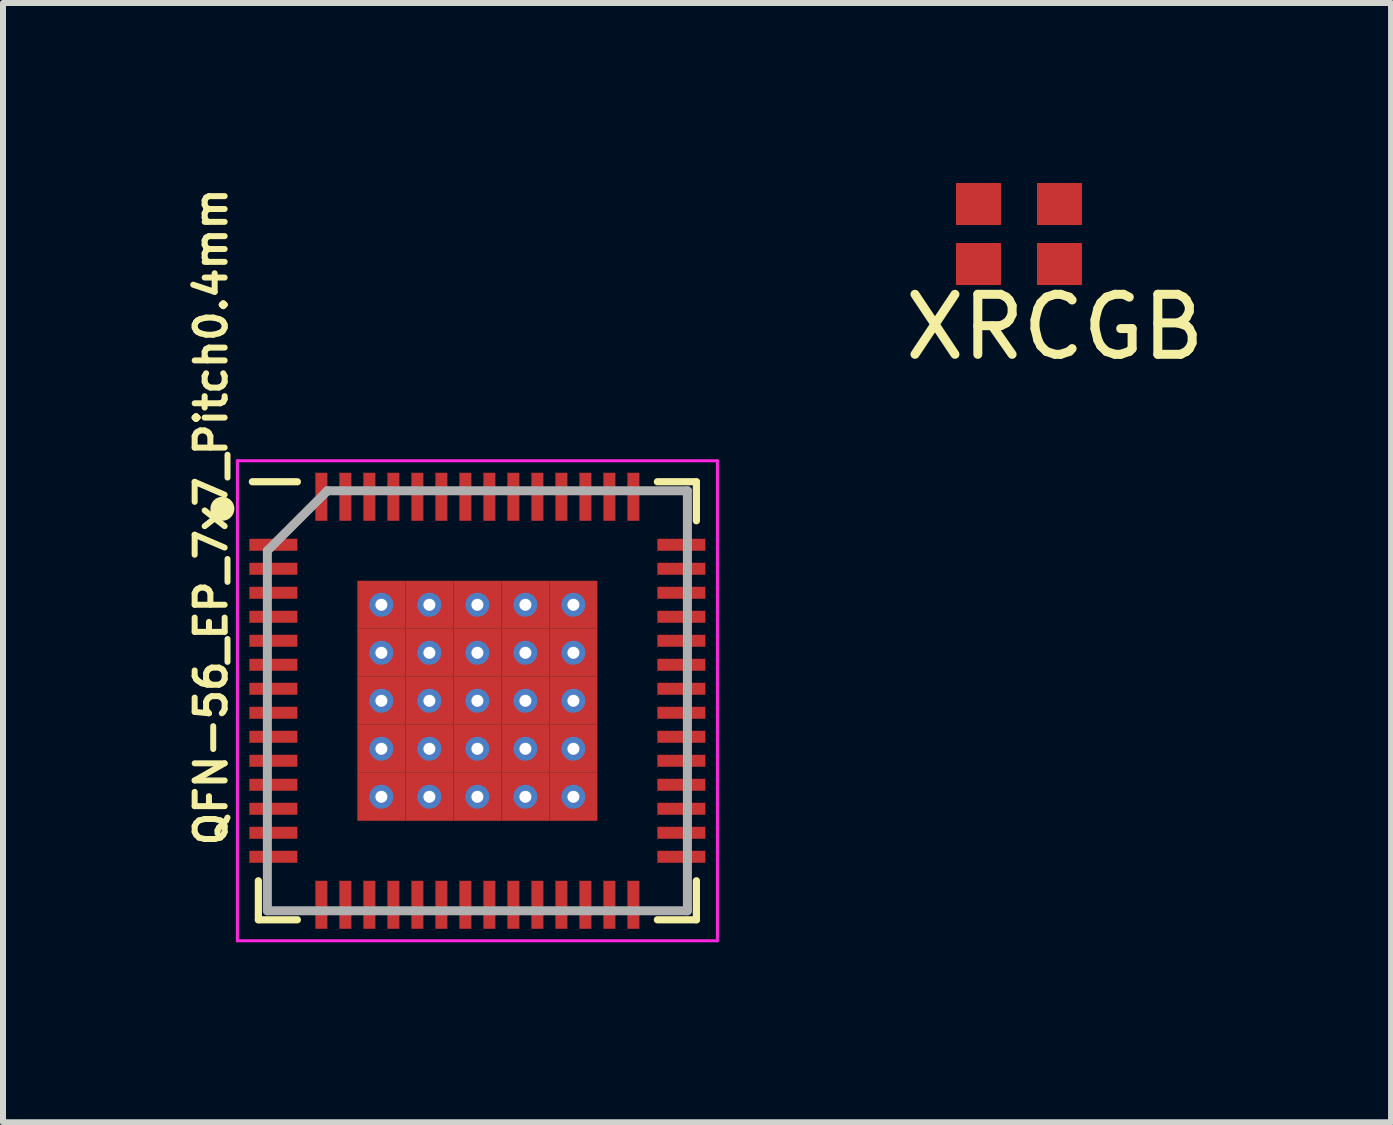
<source format=kicad_pcb>
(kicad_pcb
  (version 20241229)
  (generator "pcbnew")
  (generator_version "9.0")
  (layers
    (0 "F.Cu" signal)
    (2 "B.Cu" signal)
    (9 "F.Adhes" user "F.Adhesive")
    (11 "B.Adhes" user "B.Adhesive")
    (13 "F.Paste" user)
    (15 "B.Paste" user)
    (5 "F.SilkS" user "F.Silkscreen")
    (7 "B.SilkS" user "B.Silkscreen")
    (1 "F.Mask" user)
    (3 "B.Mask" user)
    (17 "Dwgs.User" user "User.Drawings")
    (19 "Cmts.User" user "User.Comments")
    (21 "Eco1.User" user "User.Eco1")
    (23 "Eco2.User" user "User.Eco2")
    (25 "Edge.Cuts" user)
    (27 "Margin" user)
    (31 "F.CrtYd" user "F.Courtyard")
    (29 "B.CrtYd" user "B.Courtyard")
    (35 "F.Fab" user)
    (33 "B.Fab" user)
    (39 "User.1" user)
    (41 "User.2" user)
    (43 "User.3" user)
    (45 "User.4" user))
  (footprint "QFN-56_EP_7x7_Pitch0.4mm"
    (layer "F.Cu")
    (at 4.906 8.629)
    (property "Reference" "QFN-56_EP_7x7_Pitch0.4mm" (at -4.438 -3.065 270) (layer "F.SilkS") (effects (font (size 0.5 0.5) (thickness 0.1))))
    (attr smd)
    (fp_line (start -3.65 3.65) (end -3.65 3) (stroke (width 0.12) (type solid)) (layer "F.SilkS"))
    (fp_line (start -3 -3.65) (end -3.75 -3.65) (stroke (width 0.12) (type solid)) (layer "F.SilkS"))
    (fp_line (start -3 3.65) (end -3.65 3.65) (stroke (width 0.12) (type solid)) (layer "F.SilkS"))
    (fp_line (start 3 -3.65) (end 3.65 -3.65) (stroke (width 0.12) (type solid)) (layer "F.SilkS"))
    (fp_line (start 3 3.65) (end 3.65 3.65) (stroke (width 0.12) (type solid)) (layer "F.SilkS"))
    (fp_line (start 3.65 -3.65) (end 3.65 -3) (stroke (width 0.12) (type solid)) (layer "F.SilkS"))
    (fp_line (start 3.65 3.65) (end 3.65 3) (stroke (width 0.12) (type solid)) (layer "F.SilkS"))
    (fp_circle (center -4.25 -3.2) (end -4.15 -3.2) (stroke (width 0.2) (type solid)) (fill no) (layer "F.SilkS"))
    (fp_poly (pts (xy -1.9 -1.9) (xy -0.1 -1.9) (xy -0.1 -0.1) (xy -1.9 -0.1)) (stroke (width 0.1) (type solid)) (fill yes) (layer "F.Paste"))
    (fp_poly (pts (xy -1.9 0.1) (xy -0.1 0.1) (xy -0.1 1.9) (xy -1.9 1.9)) (stroke (width 0.1) (type solid)) (fill yes) (layer "F.Paste"))
    (fp_poly (pts (xy 0.1 -1.9) (xy 1.9 -1.9) (xy 1.9 -0.1) (xy 0.1 -0.1)) (stroke (width 0.1) (type solid)) (fill yes) (layer "F.Paste"))
    (fp_poly (pts (xy 0.1 0.1) (xy 1.9 0.1) (xy 1.9 1.9) (xy 0.1 1.9)) (stroke (width 0.1) (type solid)) (fill yes) (layer "F.Paste"))
    (fp_line (start -4 -4) (end 4 -4) (stroke (width 0.05) (type solid)) (layer "F.CrtYd"))
    (fp_line (start -4 4) (end -4 -4) (stroke (width 0.05) (type solid)) (layer "F.CrtYd"))
    (fp_line (start 4 -4) (end 4 4) (stroke (width 0.05) (type solid)) (layer "F.CrtYd"))
    (fp_line (start 4 4) (end -4 4) (stroke (width 0.05) (type solid)) (layer "F.CrtYd"))
    (fp_line (start -3.5 -2.5) (end -3.5 3.5) (stroke (width 0.15) (type solid)) (layer "F.Fab"))
    (fp_line (start -3.5 3.5) (end 3.5 3.5) (stroke (width 0.15) (type solid)) (layer "F.Fab"))
    (fp_line (start -2.5 -3.5) (end -3.5 -2.5) (stroke (width 0.15) (type solid)) (layer "F.Fab"))
    (fp_line (start 3.5 -3.5) (end -2.5 -3.5) (stroke (width 0.15) (type solid)) (layer "F.Fab"))
    (fp_line (start 3.5 3.5) (end 3.5 -3.5) (stroke (width 0.15) (type solid)) (layer "F.Fab"))
    (pad "1" smd rect (at -3.4 -2.6 90) (size 0.2 0.8) (layers "F.Cu" "F.Mask" "F.Paste"))
    (pad "2" smd rect (at -3.4 -2.2 90) (size 0.2 0.8) (layers "F.Cu" "F.Mask" "F.Paste"))
    (pad "3" smd rect (at -3.4 -1.8 90) (size 0.2 0.8) (layers "F.Cu" "F.Mask" "F.Paste"))
    (pad "4" smd rect (at -3.4 -1.4 90) (size 0.2 0.8) (layers "F.Cu" "F.Mask" "F.Paste"))
    (pad "5" smd rect (at -3.4 -1 90) (size 0.2 0.8) (layers "F.Cu" "F.Mask" "F.Paste"))
    (pad "6" smd rect (at -3.4 -0.6 90) (size 0.2 0.8) (layers "F.Cu" "F.Mask" "F.Paste"))
    (pad "7" smd rect (at -3.4 -0.2 90) (size 0.2 0.8) (layers "F.Cu" "F.Mask" "F.Paste"))
    (pad "8" smd rect (at -3.4 0.2 90) (size 0.2 0.8) (layers "F.Cu" "F.Mask" "F.Paste"))
    (pad "9" smd rect (at -3.4 0.6 90) (size 0.2 0.8) (layers "F.Cu" "F.Mask" "F.Paste"))
    (pad "10" smd rect (at -3.4 1 90) (size 0.2 0.8) (layers "F.Cu" "F.Mask" "F.Paste"))
    (pad "11" smd rect (at -3.4 1.4 90) (size 0.2 0.8) (layers "F.Cu" "F.Mask" "F.Paste"))
    (pad "12" smd rect (at -3.4 1.8 90) (size 0.2 0.8) (layers "F.Cu" "F.Mask" "F.Paste"))
    (pad "13" smd rect (at -3.4 2.2 90) (size 0.2 0.8) (layers "F.Cu" "F.Mask" "F.Paste"))
    (pad "14" smd rect (at -3.4 2.6 90) (size 0.2 0.8) (layers "F.Cu" "F.Mask" "F.Paste"))
    (pad "15" smd rect (at -2.6 3.4) (size 0.2 0.8) (layers "F.Cu" "F.Mask" "F.Paste"))
    (pad "16" smd rect (at -2.2 3.4) (size 0.2 0.8) (layers "F.Cu" "F.Mask" "F.Paste"))
    (pad "17" smd rect (at -1.8 3.4) (size 0.2 0.8) (layers "F.Cu" "F.Mask" "F.Paste"))
    (pad "18" smd rect (at -1.4 3.4) (size 0.2 0.8) (layers "F.Cu" "F.Mask" "F.Paste"))
    (pad "19" smd rect (at -1 3.4) (size 0.2 0.8) (layers "F.Cu" "F.Mask" "F.Paste"))
    (pad "20" smd rect (at -0.6 3.4) (size 0.2 0.8) (layers "F.Cu" "F.Mask" "F.Paste"))
    (pad "21" smd rect (at -0.2 3.4) (size 0.2 0.8) (layers "F.Cu" "F.Mask" "F.Paste"))
    (pad "22" smd rect (at 0.2 3.4) (size 0.2 0.8) (layers "F.Cu" "F.Mask" "F.Paste"))
    (pad "23" smd rect (at 0.6 3.4) (size 0.2 0.8) (layers "F.Cu" "F.Mask" "F.Paste"))
    (pad "24" smd rect (at 1 3.4) (size 0.2 0.8) (layers "F.Cu" "F.Mask" "F.Paste"))
    (pad "25" smd rect (at 1.4 3.4) (size 0.2 0.8) (layers "F.Cu" "F.Mask" "F.Paste"))
    (pad "26" smd rect (at 1.8 3.4) (size 0.2 0.8) (layers "F.Cu" "F.Mask" "F.Paste"))
    (pad "27" smd rect (at 2.2 3.4) (size 0.2 0.8) (layers "F.Cu" "F.Mask" "F.Paste"))
    (pad "28" smd rect (at 2.6 3.4) (size 0.2 0.8) (layers "F.Cu" "F.Mask" "F.Paste"))
    (pad "29" smd rect (at 3.4 2.6 90) (size 0.2 0.8) (layers "F.Cu" "F.Mask" "F.Paste"))
    (pad "30" smd rect (at 3.4 2.2 90) (size 0.2 0.8) (layers "F.Cu" "F.Mask" "F.Paste"))
    (pad "31" smd rect (at 3.4 1.8 90) (size 0.2 0.8) (layers "F.Cu" "F.Mask" "F.Paste"))
    (pad "32" smd rect (at 3.4 1.4 90) (size 0.2 0.8) (layers "F.Cu" "F.Mask" "F.Paste"))
    (pad "33" smd rect (at 3.4 1 90) (size 0.2 0.8) (layers "F.Cu" "F.Mask" "F.Paste"))
    (pad "34" smd rect (at 3.4 0.6 90) (size 0.2 0.8) (layers "F.Cu" "F.Mask" "F.Paste"))
    (pad "35" smd rect (at 3.4 0.2 90) (size 0.2 0.8) (layers "F.Cu" "F.Mask" "F.Paste"))
    (pad "36" smd rect (at 3.4 -0.2 90) (size 0.2 0.8) (layers "F.Cu" "F.Mask" "F.Paste"))
    (pad "37" smd rect (at 3.4 -0.6 90) (size 0.2 0.8) (layers "F.Cu" "F.Mask" "F.Paste"))
    (pad "38" smd rect (at 3.4 -1 90) (size 0.2 0.8) (layers "F.Cu" "F.Mask" "F.Paste"))
    (pad "39" smd rect (at 3.4 -1.4 90) (size 0.2 0.8) (layers "F.Cu" "F.Mask" "F.Paste"))
    (pad "40" smd rect (at 3.4 -1.8 90) (size 0.2 0.8) (layers "F.Cu" "F.Mask" "F.Paste"))
    (pad "41" smd rect (at 3.4 -2.2 90) (size 0.2 0.8) (layers "F.Cu" "F.Mask" "F.Paste"))
    (pad "42" smd rect (at 3.4 -2.6 90) (size 0.2 0.8) (layers "F.Cu" "F.Mask" "F.Paste"))
    (pad "43" smd rect (at 2.6 -3.4) (size 0.2 0.8) (layers "F.Cu" "F.Mask" "F.Paste"))
    (pad "44" smd rect (at 2.2 -3.4) (size 0.2 0.8) (layers "F.Cu" "F.Mask" "F.Paste"))
    (pad "45" smd rect (at 1.8 -3.4) (size 0.2 0.8) (layers "F.Cu" "F.Mask" "F.Paste"))
    (pad "46" smd rect (at 1.4 -3.4) (size 0.2 0.8) (layers "F.Cu" "F.Mask" "F.Paste"))
    (pad "47" smd rect (at 1 -3.4) (size 0.2 0.8) (layers "F.Cu" "F.Mask" "F.Paste"))
    (pad "48" smd rect (at 0.6 -3.4) (size 0.2 0.8) (layers "F.Cu" "F.Mask" "F.Paste"))
    (pad "49" smd rect (at 0.2 -3.4) (size 0.2 0.8) (layers "F.Cu" "F.Mask" "F.Paste"))
    (pad "50" smd rect (at -0.2 -3.4) (size 0.2 0.8) (layers "F.Cu" "F.Mask" "F.Paste"))
    (pad "51" smd rect (at -0.6 -3.4) (size 0.2 0.8) (layers "F.Cu" "F.Mask" "F.Paste"))
    (pad "52" smd rect (at -1 -3.4) (size 0.2 0.8) (layers "F.Cu" "F.Mask" "F.Paste"))
    (pad "53" smd rect (at -1.4 -3.4) (size 0.2 0.8) (layers "F.Cu" "F.Mask" "F.Paste"))
    (pad "54" smd rect (at -1.8 -3.4) (size 0.2 0.8) (layers "F.Cu" "F.Mask" "F.Paste"))
    (pad "55" smd rect (at -2.2 -3.4) (size 0.2 0.8) (layers "F.Cu" "F.Mask" "F.Paste"))
    (pad "56" smd rect (at -2.6 -3.4) (size 0.2 0.8) (layers "F.Cu" "F.Mask" "F.Paste"))
    (pad "57" thru_hole circle (at -1.6 -1.6) (size 0.4 0.4) (drill 0.2) (layers "*.Cu" "*.Mask"))
    (pad "57" smd rect (at -1.6 -1.6) (size 0.8 0.8) (layers "F.Cu" "F.Mask" "F.Paste"))
    (pad "57" thru_hole circle (at -1.6 -0.8) (size 0.4 0.4) (drill 0.2) (layers "*.Cu" "*.Mask"))
    (pad "57" smd rect (at -1.6 -0.8) (size 0.8 0.8) (layers "F.Cu" "F.Mask" "F.Paste"))
    (pad "57" thru_hole circle (at -1.6 0) (size 0.4 0.4) (drill 0.2) (layers "*.Cu" "*.Mask"))
    (pad "57" smd rect (at -1.6 0) (size 0.8 0.8) (layers "F.Cu" "F.Mask" "F.Paste"))
    (pad "57" thru_hole circle (at -1.6 0.8) (size 0.4 0.4) (drill 0.2) (layers "*.Cu" "*.Mask"))
    (pad "57" smd rect (at -1.6 0.8) (size 0.8 0.8) (layers "F.Cu" "F.Mask" "F.Paste"))
    (pad "57" thru_hole circle (at -1.6 1.6) (size 0.4 0.4) (drill 0.2) (layers "*.Cu" "*.Mask"))
    (pad "57" smd rect (at -1.6 1.6) (size 0.8 0.8) (layers "F.Cu" "F.Mask" "F.Paste"))
    (pad "57" thru_hole circle (at -0.8 -1.6) (size 0.4 0.4) (drill 0.2) (layers "*.Cu" "*.Mask"))
    (pad "57" smd rect (at -0.8 -1.6) (size 0.8 0.8) (layers "F.Cu" "F.Mask" "F.Paste"))
    (pad "57" thru_hole circle (at -0.8 -0.8) (size 0.4 0.4) (drill 0.2) (layers "*.Cu" "*.Mask"))
    (pad "57" smd rect (at -0.8 -0.8) (size 0.8 0.8) (layers "F.Cu" "F.Mask" "F.Paste"))
    (pad "57" thru_hole circle (at -0.8 0) (size 0.4 0.4) (drill 0.2) (layers "*.Cu" "*.Mask"))
    (pad "57" smd rect (at -0.8 0) (size 0.8 0.8) (layers "F.Cu" "F.Mask" "F.Paste"))
    (pad "57" thru_hole circle (at -0.8 0.8) (size 0.4 0.4) (drill 0.2) (layers "*.Cu" "*.Mask"))
    (pad "57" smd rect (at -0.8 0.8) (size 0.8 0.8) (layers "F.Cu" "F.Mask" "F.Paste"))
    (pad "57" thru_hole circle (at -0.8 1.6) (size 0.4 0.4) (drill 0.2) (layers "*.Cu" "*.Mask"))
    (pad "57" smd rect (at -0.8 1.6) (size 0.8 0.8) (layers "F.Cu" "F.Mask" "F.Paste"))
    (pad "57" thru_hole circle (at 0 -1.6) (size 0.4 0.4) (drill 0.2) (layers "*.Cu" "*.Mask"))
    (pad "57" smd rect (at 0 -1.6) (size 0.8 0.8) (layers "F.Cu" "F.Mask" "F.Paste"))
    (pad "57" thru_hole circle (at 0 -0.8) (size 0.4 0.4) (drill 0.2) (layers "*.Cu" "*.Mask"))
    (pad "57" smd rect (at 0 -0.8) (size 0.8 0.8) (layers "F.Cu" "F.Mask" "F.Paste"))
    (pad "57" thru_hole circle (at 0 0) (size 0.4 0.4) (drill 0.2) (layers "*.Cu" "*.Mask"))
    (pad "57" smd rect (at 0 0) (size 0.8 0.8) (layers "F.Cu" "F.Mask" "F.Paste"))
    (pad "57" thru_hole circle (at 0 0.8) (size 0.4 0.4) (drill 0.2) (layers "*.Cu" "*.Mask"))
    (pad "57" smd rect (at 0 0.8) (size 0.8 0.8) (layers "F.Cu" "F.Mask" "F.Paste"))
    (pad "57" thru_hole circle (at 0 1.6) (size 0.4 0.4) (drill 0.2) (layers "*.Cu" "*.Mask"))
    (pad "57" smd rect (at 0 1.6) (size 0.8 0.8) (layers "F.Cu" "F.Mask" "F.Paste"))
    (pad "57" thru_hole circle (at 0.8 -1.6) (size 0.4 0.4) (drill 0.2) (layers "*.Cu" "*.Mask"))
    (pad "57" smd rect (at 0.8 -1.6) (size 0.8 0.8) (layers "F.Cu" "F.Mask" "F.Paste"))
    (pad "57" thru_hole circle (at 0.8 -0.8) (size 0.4 0.4) (drill 0.2) (layers "*.Cu" "*.Mask"))
    (pad "57" smd rect (at 0.8 -0.8) (size 0.8 0.8) (layers "F.Cu" "F.Mask" "F.Paste"))
    (pad "57" thru_hole circle (at 0.8 0) (size 0.4 0.4) (drill 0.2) (layers "*.Cu" "*.Mask"))
    (pad "57" smd rect (at 0.8 0) (size 0.8 0.8) (layers "F.Cu" "F.Mask" "F.Paste"))
    (pad "57" thru_hole circle (at 0.8 0.8) (size 0.4 0.4) (drill 0.2) (layers "*.Cu" "*.Mask"))
    (pad "57" smd rect (at 0.8 0.8) (size 0.8 0.8) (layers "F.Cu" "F.Mask" "F.Paste"))
    (pad "57" thru_hole circle (at 0.8 1.6) (size 0.4 0.4) (drill 0.2) (layers "*.Cu" "*.Mask"))
    (pad "57" smd rect (at 0.8 1.6) (size 0.8 0.8) (layers "F.Cu" "F.Mask" "F.Paste"))
    (pad "57" thru_hole circle (at 1.6 -1.6) (size 0.4 0.4) (drill 0.2) (layers "*.Cu" "*.Mask"))
    (pad "57" smd rect (at 1.6 -1.6) (size 0.8 0.8) (layers "F.Cu" "F.Mask" "F.Paste"))
    (pad "57" thru_hole circle (at 1.6 -0.8) (size 0.4 0.4) (drill 0.2) (layers "*.Cu" "*.Mask"))
    (pad "57" smd rect (at 1.6 -0.8) (size 0.8 0.8) (layers "F.Cu" "F.Mask" "F.Paste"))
    (pad "57" thru_hole circle (at 1.6 0) (size 0.4 0.4) (drill 0.2) (layers "*.Cu" "*.Mask"))
    (pad "57" smd rect (at 1.6 0) (size 0.8 0.8) (layers "F.Cu" "F.Mask" "F.Paste"))
    (pad "57" thru_hole circle (at 1.6 0.8) (size 0.4 0.4) (drill 0.2) (layers "*.Cu" "*.Mask"))
    (pad "57" smd rect (at 1.6 0.8) (size 0.8 0.8) (layers "F.Cu" "F.Mask" "F.Paste"))
    (pad "57" thru_hole circle (at 1.6 1.6) (size 0.4 0.4) (drill 0.2) (layers "*.Cu" "*.Mask"))
    (pad "57" smd rect (at 1.6 1.6) (size 0.8 0.8) (layers "F.Cu" "F.Mask" "F.Paste")))
  (footprint "XRCGB"
    (layer "F.Cu")
    (at 13.932 0.85)
    (property "Reference" "XRCGB" (at 0.6 1.55 0) (layer "F.SilkS") (effects (font (size 1 1) (thickness 0.15))))
    (attr through_hole)
    (pad "1" smd rect (at 0.675 -0.5) (size 0.75 0.7) (layers "F.Cu" "F.Mask" "F.Paste"))
    (pad "2" smd rect (at -0.675 -0.5) (size 0.75 0.7) (layers "F.Cu" "F.Mask" "F.Paste"))
    (pad "3" smd rect (at -0.675 0.5) (size 0.75 0.7) (layers "F.Cu" "F.Mask" "F.Paste"))
    (pad "4" smd rect (at 0.675 0.5) (size 0.75 0.7) (layers "F.Cu" "F.Mask" "F.Paste")))
  (gr_rect
    (start -3 -3)
    (end 20.133 15.654)
    (stroke (width 0.1) (type default))
    (fill no)
    (layer "Edge.Cuts")))
</source>
